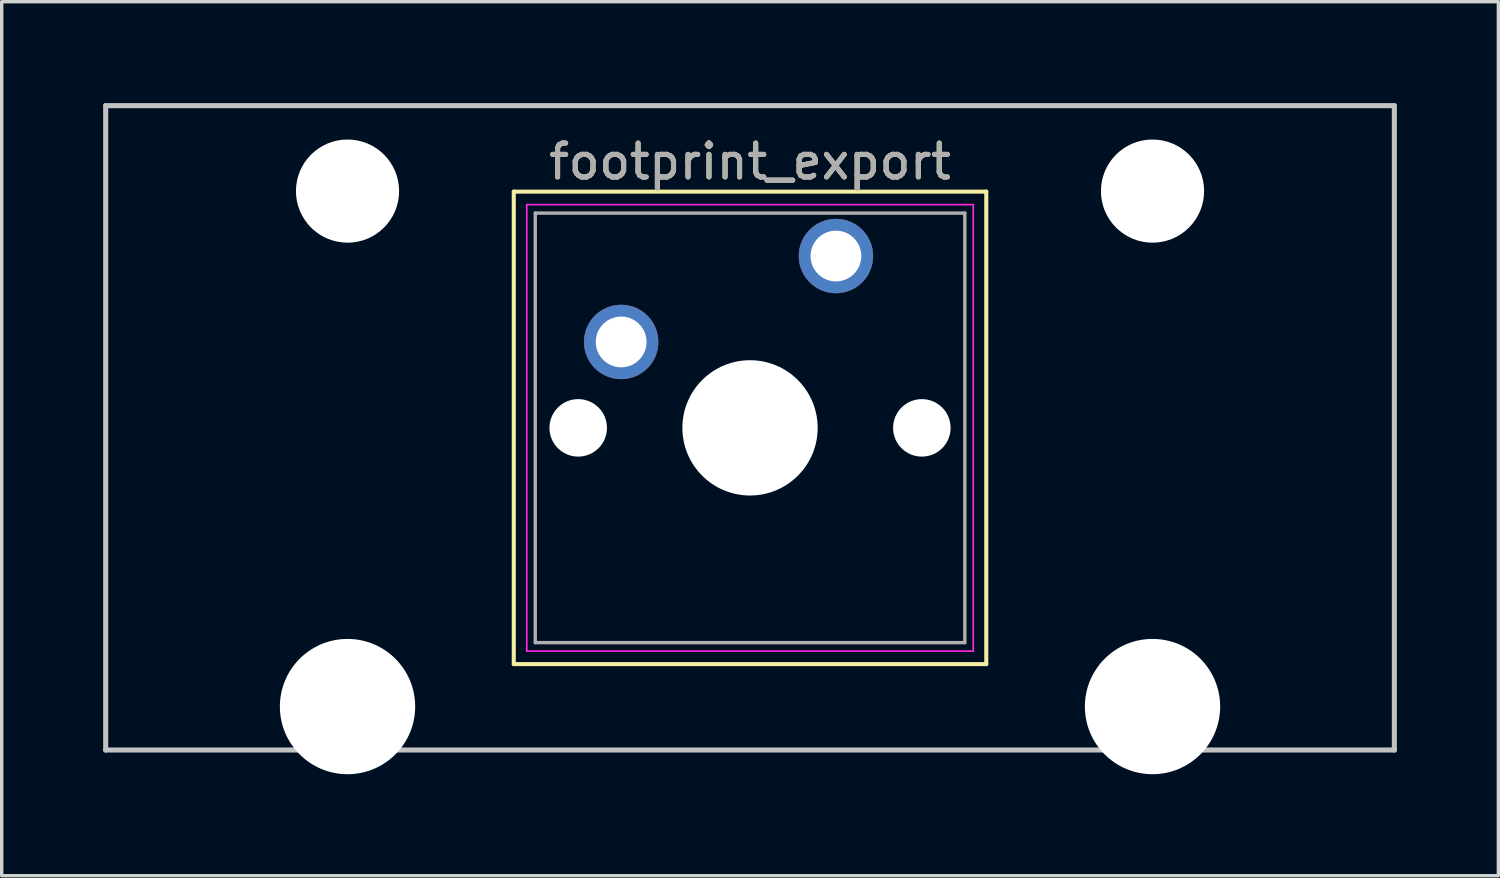
<source format=kicad_pcb>
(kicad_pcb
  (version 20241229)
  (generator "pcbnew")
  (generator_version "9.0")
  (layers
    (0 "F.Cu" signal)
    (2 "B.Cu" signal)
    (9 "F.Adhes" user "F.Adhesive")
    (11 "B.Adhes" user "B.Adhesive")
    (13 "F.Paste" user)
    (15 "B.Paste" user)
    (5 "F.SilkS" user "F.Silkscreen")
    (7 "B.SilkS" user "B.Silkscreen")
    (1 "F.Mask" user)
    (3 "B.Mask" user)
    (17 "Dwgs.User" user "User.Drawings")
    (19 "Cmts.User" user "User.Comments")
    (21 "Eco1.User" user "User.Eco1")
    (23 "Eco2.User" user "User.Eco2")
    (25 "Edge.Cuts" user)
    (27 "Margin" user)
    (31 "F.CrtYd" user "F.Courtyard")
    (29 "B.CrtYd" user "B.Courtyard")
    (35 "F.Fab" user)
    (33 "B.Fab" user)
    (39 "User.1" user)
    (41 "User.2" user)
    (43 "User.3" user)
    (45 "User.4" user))
  (footprint "footprint_export"
    (layer "F.Cu")
    (at 21.665 4.52)
    (property "Reference" "footprint_export" (at -2.54 -2.794 0) (layer "F.SilkS") (effects (font (size 1 1) (thickness 0.15))))
    (attr through_hole)
    (fp_line (start -9.525 -1.905) (end 4.445 -1.905) (stroke (width 0.12) (type solid)) (layer "F.SilkS"))
    (fp_line (start -9.525 12.065) (end -9.525 -1.905) (stroke (width 0.12) (type solid)) (layer "F.SilkS"))
    (fp_line (start 4.445 -1.905) (end 4.445 12.065) (stroke (width 0.12) (type solid)) (layer "F.SilkS"))
    (fp_line (start 4.445 12.065) (end -9.525 12.065) (stroke (width 0.12) (type solid)) (layer "F.SilkS"))
    (fp_line (start -21.59 -4.445) (end 16.51 -4.445) (stroke (width 0.15) (type solid)) (layer "Dwgs.User"))
    (fp_line (start -21.59 14.605) (end -21.59 -4.445) (stroke (width 0.15) (type solid)) (layer "Dwgs.User"))
    (fp_line (start 16.51 -4.445) (end 16.51 14.605) (stroke (width 0.15) (type solid)) (layer "Dwgs.User"))
    (fp_line (start 16.51 14.605) (end -21.59 14.605) (stroke (width 0.15) (type solid)) (layer "Dwgs.User"))
    (fp_line (start -9.14 -1.52) (end 4.06 -1.52) (stroke (width 0.05) (type solid)) (layer "F.CrtYd"))
    (fp_line (start -9.14 11.68) (end -9.14 -1.52) (stroke (width 0.05) (type solid)) (layer "F.CrtYd"))
    (fp_line (start 4.06 -1.52) (end 4.06 11.68) (stroke (width 0.05) (type solid)) (layer "F.CrtYd"))
    (fp_line (start 4.06 11.68) (end -9.14 11.68) (stroke (width 0.05) (type solid)) (layer "F.CrtYd"))
    (fp_line (start -8.89 -1.27) (end 3.81 -1.27) (stroke (width 0.1) (type solid)) (layer "F.Fab"))
    (fp_line (start -8.89 11.43) (end -8.89 -1.27) (stroke (width 0.1) (type solid)) (layer "F.Fab"))
    (fp_line (start 3.81 -1.27) (end 3.81 11.43) (stroke (width 0.1) (type solid)) (layer "F.Fab"))
    (fp_line (start 3.81 11.43) (end -8.89 11.43) (stroke (width 0.1) (type solid)) (layer "F.Fab"))
    (fp_text user "${REFERENCE}" (at -2.54 -2.794 0) (layer "F.Fab") (effects (font (size 1 1) (thickness 0.15))))
    (pad "" np_thru_hole circle (at -14.44 -1.92) (size 3.05 3.05) (drill 3.05) (layers "*.Cu" "*.Mask"))
    (pad "" np_thru_hole circle (at -14.44 13.32) (size 4 4) (drill 4) (layers "*.Cu" "*.Mask"))
    (pad "" np_thru_hole circle (at -7.62 5.08) (size 1.7 1.7) (drill 1.7) (layers "*.Cu" "*.Mask"))
    (pad "" np_thru_hole circle (at -2.54 5.08) (size 4 4) (drill 4) (layers "*.Cu" "*.Mask"))
    (pad "" np_thru_hole circle (at 2.54 5.08) (size 1.7 1.7) (drill 1.7) (layers "*.Cu" "*.Mask"))
    (pad "" np_thru_hole circle (at 9.36 -1.92) (size 3.05 3.05) (drill 3.05) (layers "*.Cu" "*.Mask"))
    (pad "" np_thru_hole circle (at 9.36 13.32) (size 4 4) (drill 4) (layers "*.Cu" "*.Mask"))
    (pad "1" thru_hole circle (at 0 0) (size 2.2 2.2) (drill 1.5) (layers "*.Cu" "*.Mask"))
    (pad "2" thru_hole circle (at -6.35 2.54) (size 2.2 2.2) (drill 1.5) (layers "*.Cu" "*.Mask")))
  (gr_rect
    (start -3 -3)
    (end 41.25 22.84)
    (stroke (width 0.1) (type default))
    (fill no)
    (layer "Edge.Cuts")))
</source>
